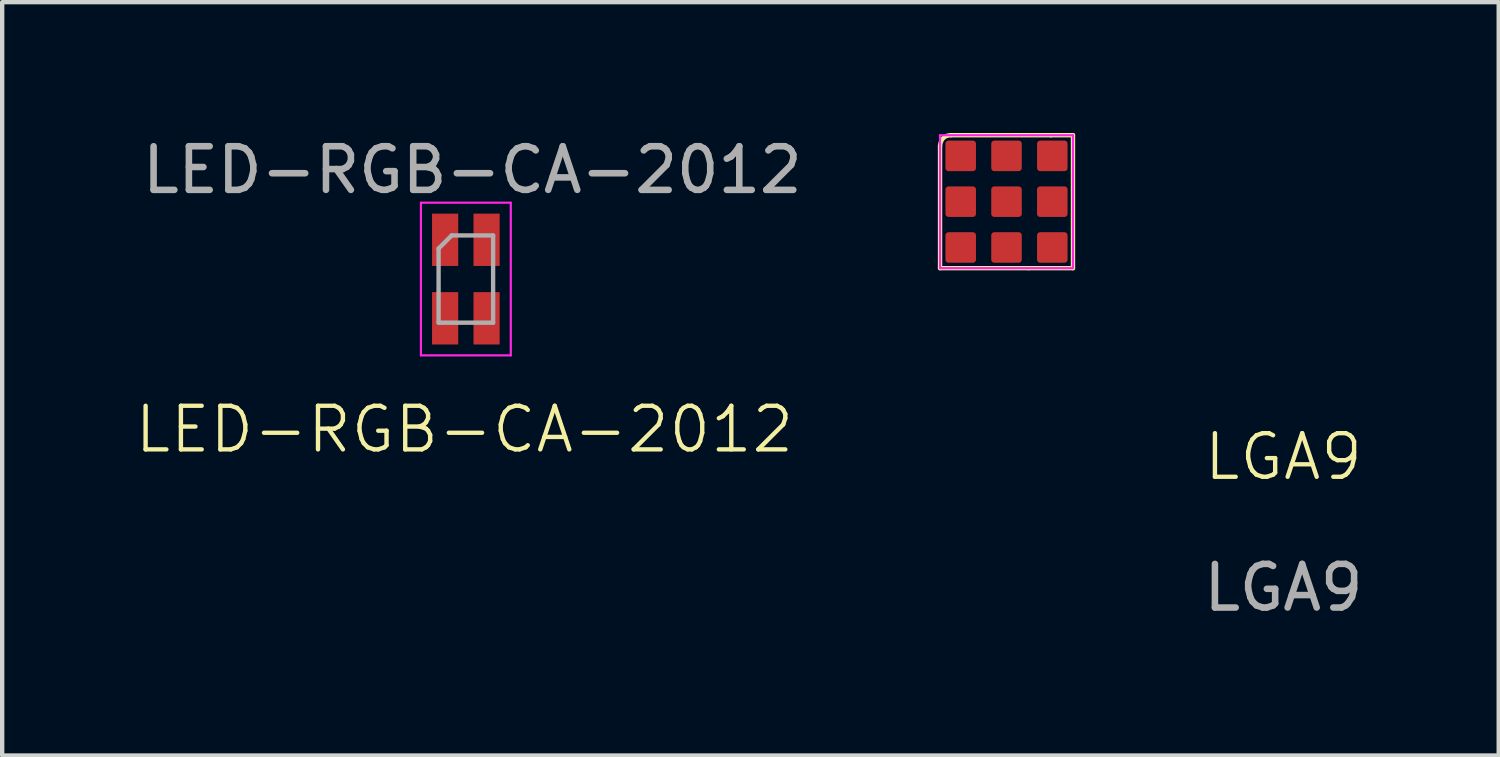
<source format=kicad_pcb>
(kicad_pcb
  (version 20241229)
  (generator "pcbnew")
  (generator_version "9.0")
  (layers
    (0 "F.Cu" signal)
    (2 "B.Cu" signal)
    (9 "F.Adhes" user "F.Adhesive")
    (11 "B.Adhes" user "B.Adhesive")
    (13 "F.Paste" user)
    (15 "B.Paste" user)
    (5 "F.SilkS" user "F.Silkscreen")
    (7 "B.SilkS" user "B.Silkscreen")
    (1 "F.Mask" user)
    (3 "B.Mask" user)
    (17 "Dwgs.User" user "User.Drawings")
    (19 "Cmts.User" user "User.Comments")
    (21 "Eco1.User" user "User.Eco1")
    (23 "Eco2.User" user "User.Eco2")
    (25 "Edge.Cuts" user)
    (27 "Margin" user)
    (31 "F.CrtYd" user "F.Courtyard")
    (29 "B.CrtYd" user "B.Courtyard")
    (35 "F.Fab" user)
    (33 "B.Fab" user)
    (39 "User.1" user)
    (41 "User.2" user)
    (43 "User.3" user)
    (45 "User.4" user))
  (footprint "LGA9"
    (layer "F.Cu")
    (at 26.377 7.924)
    (property "Reference" "LGA9" (at 0 -0.5 0) (unlocked yes) (layer "F.SilkS") (effects (font (size 1 1) (thickness 0.1))))
    (attr smd)
    (fp_line (start -7.874 -7.62) (end -7.874 -4.826) (stroke (width 0.1) (type default)) (layer "F.SilkS"))
    (fp_line (start -7.874 -4.826) (end -5.842 -4.826) (stroke (width 0.1) (type default)) (layer "F.SilkS"))
    (fp_line (start -7.62 -7.874) (end -5.334 -7.874) (stroke (width 0.1) (type default)) (layer "F.SilkS"))
    (fp_line (start -5.842 -4.826) (end -4.826 -4.826) (stroke (width 0.1) (type default)) (layer "F.SilkS"))
    (fp_line (start -4.826 -7.874) (end -5.334 -7.874) (stroke (width 0.1) (type default)) (layer "F.SilkS"))
    (fp_line (start -4.826 -7.874) (end -4.826 -4.826) (stroke (width 0.1) (type default)) (layer "F.SilkS"))
    (fp_curve (pts (xy -7.62 -7.874) (xy -7.874 -7.874) (xy -7.874 -7.62) (xy -7.874 -7.62)) (stroke (width 0.1) (type default)) (layer "F.SilkS"))
    (fp_line (start -7.874 -7.874) (end -4.826 -7.874) (stroke (width 0.05) (type default)) (layer "F.CrtYd"))
    (fp_line (start -7.874 -4.826) (end -7.874 -7.874) (stroke (width 0.05) (type default)) (layer "F.CrtYd"))
    (fp_line (start -4.826 -7.874) (end -4.826 -4.826) (stroke (width 0.05) (type default)) (layer "F.CrtYd"))
    (fp_line (start -4.826 -4.826) (end -7.874 -4.826) (stroke (width 0.05) (type default)) (layer "F.CrtYd"))
    (fp_text user "${REFERENCE}" (at 0 2.5 0) (unlocked yes) (layer "F.Fab") (effects (font (size 1 1) (thickness 0.15))))
    (pad "1" smd roundrect (at -7.4 -7.4) (size 0.7 0.7) (layers "F.Cu" "F.Mask" "F.Paste") (roundrect_rratio 0.1))
    (pad "2" smd roundrect (at -7.4 -6.35) (size 0.7 0.7) (layers "F.Cu" "F.Mask" "F.Paste") (roundrect_rratio 0.1))
    (pad "3" smd roundrect (at -7.4 -5.3) (size 0.7 0.7) (layers "F.Cu" "F.Mask" "F.Paste") (roundrect_rratio 0.1))
    (pad "4" smd roundrect (at -6.35 -5.3) (size 0.7 0.7) (layers "F.Cu" "F.Mask" "F.Paste") (roundrect_rratio 0.1))
    (pad "5" smd roundrect (at -5.3 -5.3) (size 0.7 0.7) (layers "F.Cu" "F.Mask" "F.Paste") (roundrect_rratio 0.1))
    (pad "6" smd roundrect (at -5.3 -6.35) (size 0.7 0.7) (layers "F.Cu" "F.Mask" "F.Paste") (roundrect_rratio 0.1))
    (pad "7" smd roundrect (at -5.3 -7.4) (size 0.7 0.7) (layers "F.Cu" "F.Mask" "F.Paste") (roundrect_rratio 0.1))
    (pad "8" smd roundrect (at -6.35 -7.4) (size 0.7 0.7) (layers "F.Cu" "F.Mask" "F.Paste") (roundrect_rratio 0.1))
    (pad "9" smd roundrect (at -6.35 -6.35) (size 0.7 0.7) (layers "F.Cu" "F.Mask" "F.Paste") (roundrect_rratio 0.1)))
  (footprint "LED-RGB-CA-2012"
    (layer "F.Cu")
    (at 7.598 7.296)
    (property "Reference" "LED-RGB-CA-2012" (at 0 -0.5 0) (unlocked yes) (layer "F.SilkS") (effects (font (size 1 1) (thickness 0.1))))
    (attr smd)
    (fp_line (start -0.254 -3.81) (end 0.254 -3.81) (stroke (width 0.1) (type default)) (layer "Eco1.User"))
    (fp_line (start 0 -4.318) (end -0.254 -3.81) (stroke (width 0.1) (type default)) (layer "Eco1.User"))
    (fp_line (start 0.254 -3.81) (end 0 -4.318) (stroke (width 0.1) (type default)) (layer "Eco1.User"))
    (fp_line (start -0.997 -5.698) (end 1.063 -5.698) (stroke (width 0.05) (type solid)) (layer "F.CrtYd"))
    (fp_line (start -0.997 -2.198) (end -0.997 -5.698) (stroke (width 0.05) (type solid)) (layer "F.CrtYd"))
    (fp_line (start 1.063 -5.698) (end 1.063 -2.198) (stroke (width 0.05) (type solid)) (layer "F.CrtYd"))
    (fp_line (start 1.063 -2.198) (end -0.997 -2.198) (stroke (width 0.05) (type solid)) (layer "F.CrtYd"))
    (fp_line (start -0.592 -4.648) (end -0.592 -2.948) (stroke (width 0.1) (type solid)) (layer "F.Fab"))
    (fp_line (start -0.592 -4.648) (end -0.292 -4.948) (stroke (width 0.1) (type solid)) (layer "F.Fab"))
    (fp_line (start -0.592 -2.948) (end 0.658 -2.948) (stroke (width 0.1) (type solid)) (layer "F.Fab"))
    (fp_line (start 0.658 -4.948) (end -0.292 -4.948) (stroke (width 0.1) (type solid)) (layer "F.Fab"))
    (fp_line (start 0.658 -2.948) (end 0.658 -4.948) (stroke (width 0.1) (type solid)) (layer "F.Fab"))
    (fp_text user "${REFERENCE}" (at 0.183 -6.448 180) (layer "F.Fab") (effects (font (size 1 1) (thickness 0.15))))
    (pad "1" smd rect (at 0.508 -4.848 90) (size 1.2 0.6) (layers "F.Cu" "F.Mask" "F.Paste"))
    (pad "2" smd rect (at 0.508 -3.048 90) (size 1.2 0.6) (layers "F.Cu" "F.Mask" "F.Paste"))
    (pad "3" smd rect (at -0.442 -4.848 90) (size 1.2 0.6) (layers "F.Cu" "F.Mask" "F.Paste"))
    (pad "4" smd rect (at -0.442 -3.048 90) (size 1.2 0.6) (layers "F.Cu" "F.Mask" "F.Paste")))
  (gr_rect
    (start -3 -3)
    (end 31.312 14.272)
    (stroke (width 0.1) (type default))
    (fill no)
    (layer "Edge.Cuts")))
</source>
